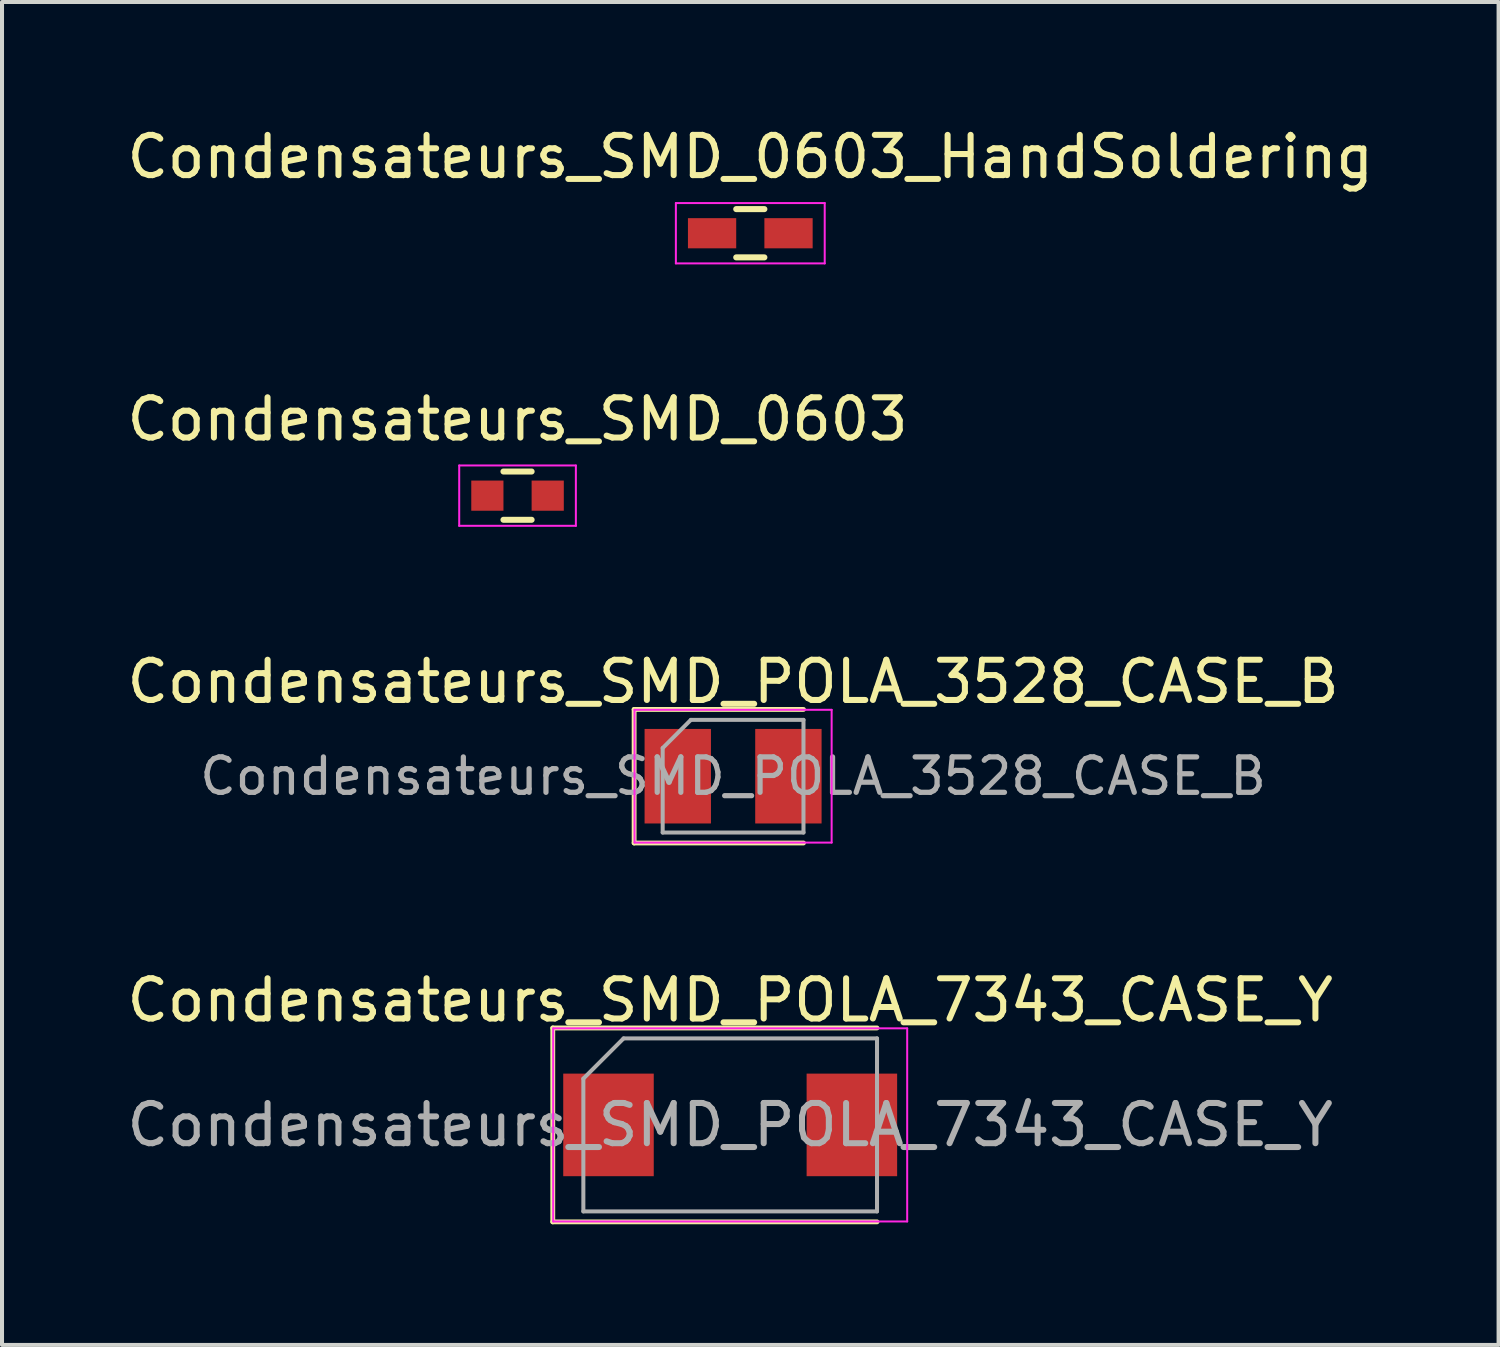
<source format=kicad_pcb>
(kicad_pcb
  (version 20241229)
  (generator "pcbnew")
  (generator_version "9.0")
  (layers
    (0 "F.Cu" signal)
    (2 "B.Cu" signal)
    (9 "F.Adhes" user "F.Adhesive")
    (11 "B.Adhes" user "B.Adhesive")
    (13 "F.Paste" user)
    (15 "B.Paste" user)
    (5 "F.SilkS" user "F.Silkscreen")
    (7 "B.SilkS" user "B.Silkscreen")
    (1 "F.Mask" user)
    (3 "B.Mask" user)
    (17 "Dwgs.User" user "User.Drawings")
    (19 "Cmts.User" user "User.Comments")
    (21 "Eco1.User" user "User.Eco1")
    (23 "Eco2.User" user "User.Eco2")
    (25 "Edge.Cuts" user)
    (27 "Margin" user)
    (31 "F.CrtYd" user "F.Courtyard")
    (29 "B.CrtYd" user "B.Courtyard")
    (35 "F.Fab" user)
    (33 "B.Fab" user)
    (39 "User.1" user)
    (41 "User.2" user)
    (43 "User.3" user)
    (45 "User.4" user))
  (footprint "Condensateurs_SMD_0603"
    (layer "F.Cu")
    (at 9.815 9.271)
    (property "Reference" "Condensateurs_SMD_0603" (at 0 -1.9 0) (layer "F.SilkS") (effects (font (size 1 1) (thickness 0.15))))
    (attr smd)
    (fp_line (start -0.35 -0.6) (end 0.35 -0.6) (stroke (width 0.15) (type solid)) (layer "F.SilkS"))
    (fp_line (start 0.35 0.6) (end -0.35 0.6) (stroke (width 0.15) (type solid)) (layer "F.SilkS"))
    (fp_line (start -1.45 -0.75) (end -1.45 0.75) (stroke (width 0.05) (type solid)) (layer "F.CrtYd"))
    (fp_line (start -1.45 -0.75) (end 1.45 -0.75) (stroke (width 0.05) (type solid)) (layer "F.CrtYd"))
    (fp_line (start -1.45 0.75) (end 1.45 0.75) (stroke (width 0.05) (type solid)) (layer "F.CrtYd"))
    (fp_line (start 1.45 -0.75) (end 1.45 0.75) (stroke (width 0.05) (type solid)) (layer "F.CrtYd"))
    (pad "1" smd rect (at -0.75 0) (size 0.8 0.75) (layers "F.Cu" "F.Mask" "F.Paste"))
    (pad "2" smd rect (at 0.75 0) (size 0.8 0.75) (layers "F.Cu" "F.Mask" "F.Paste")))
  (footprint "Condensateurs_SMD_0603_HandSoldering"
    (layer "F.Cu")
    (at 15.601 2.748)
    (property "Reference" "Condensateurs_SMD_0603_HandSoldering" (at 0 -1.9 0) (layer "F.SilkS") (effects (font (size 1 1) (thickness 0.15))))
    (attr smd)
    (fp_line (start -0.35 -0.6) (end 0.35 -0.6) (stroke (width 0.15) (type solid)) (layer "F.SilkS"))
    (fp_line (start 0.35 0.6) (end -0.35 0.6) (stroke (width 0.15) (type solid)) (layer "F.SilkS"))
    (fp_line (start -1.85 -0.75) (end -1.85 0.75) (stroke (width 0.05) (type solid)) (layer "F.CrtYd"))
    (fp_line (start -1.85 -0.75) (end 1.85 -0.75) (stroke (width 0.05) (type solid)) (layer "F.CrtYd"))
    (fp_line (start -1.85 0.75) (end 1.85 0.75) (stroke (width 0.05) (type solid)) (layer "F.CrtYd"))
    (fp_line (start 1.85 -0.75) (end 1.85 0.75) (stroke (width 0.05) (type solid)) (layer "F.CrtYd"))
    (pad "1" smd rect (at -0.95 0) (size 1.2 0.75) (layers "F.Cu" "F.Mask" "F.Paste"))
    (pad "2" smd rect (at 0.95 0) (size 1.2 0.75) (layers "F.Cu" "F.Mask" "F.Paste")))
  (footprint "Condensateurs_SMD_POLA_3528_CASE_B"
    (layer "F.Cu")
    (at 15.173 16.245)
    (property "Reference" "Condensateurs_SMD_POLA_3528_CASE_B" (at 0 -2.35 0) (layer "F.SilkS") (effects (font (size 1 1) (thickness 0.15))))
    (attr smd)
    (fp_line (start -2.46 -1.66) (end -2.46 1.66) (stroke (width 0.12) (type solid)) (layer "F.SilkS"))
    (fp_line (start -2.46 1.66) (end 1.75 1.66) (stroke (width 0.12) (type solid)) (layer "F.SilkS"))
    (fp_line (start 1.75 -1.66) (end -2.46 -1.66) (stroke (width 0.12) (type solid)) (layer "F.SilkS"))
    (fp_line (start -2.45 -1.65) (end 2.45 -1.65) (stroke (width 0.05) (type solid)) (layer "F.CrtYd"))
    (fp_line (start -2.45 1.65) (end -2.45 -1.65) (stroke (width 0.05) (type solid)) (layer "F.CrtYd"))
    (fp_line (start 2.45 -1.65) (end 2.45 1.65) (stroke (width 0.05) (type solid)) (layer "F.CrtYd"))
    (fp_line (start 2.45 1.65) (end -2.45 1.65) (stroke (width 0.05) (type solid)) (layer "F.CrtYd"))
    (fp_line (start -1.75 -0.7) (end -1.75 1.4) (stroke (width 0.1) (type solid)) (layer "F.Fab"))
    (fp_line (start -1.75 1.4) (end 1.75 1.4) (stroke (width 0.1) (type solid)) (layer "F.Fab"))
    (fp_line (start -1.05 -1.4) (end -1.75 -0.7) (stroke (width 0.1) (type solid)) (layer "F.Fab"))
    (fp_line (start 1.75 -1.4) (end -1.05 -1.4) (stroke (width 0.1) (type solid)) (layer "F.Fab"))
    (fp_line (start 1.75 1.4) (end 1.75 -1.4) (stroke (width 0.1) (type solid)) (layer "F.Fab"))
    (fp_text user "${REFERENCE}" (at 0 0 0) (layer "F.Fab") (effects (font (size 0.88 0.88) (thickness 0.13))))
    (pad "1" smd rect (at -1.375 0) (size 1.65 2.35) (layers "F.Cu" "F.Mask" "F.Paste"))
    (pad "2" smd rect (at 1.375 0) (size 1.65 2.35) (layers "F.Cu" "F.Mask" "F.Paste")))
  (footprint "Condensateurs_SMD_POLA_7343_CASE_Y"
    (layer "F.Cu")
    (at 15.101 24.913)
    (property "Reference" "Condensateurs_SMD_POLA_7343_CASE_Y" (at 0 -3.1 0) (layer "F.SilkS") (effects (font (size 1 1) (thickness 0.15))))
    (attr smd)
    (fp_line (start -4.41 -2.41) (end -4.41 2.41) (stroke (width 0.12) (type solid)) (layer "F.SilkS"))
    (fp_line (start -4.41 2.41) (end 3.65 2.41) (stroke (width 0.12) (type solid)) (layer "F.SilkS"))
    (fp_line (start 3.65 -2.41) (end -4.41 -2.41) (stroke (width 0.12) (type solid)) (layer "F.SilkS"))
    (fp_line (start -4.4 -2.4) (end 4.4 -2.4) (stroke (width 0.05) (type solid)) (layer "F.CrtYd"))
    (fp_line (start -4.4 2.4) (end -4.4 -2.4) (stroke (width 0.05) (type solid)) (layer "F.CrtYd"))
    (fp_line (start 4.4 -2.4) (end 4.4 2.4) (stroke (width 0.05) (type solid)) (layer "F.CrtYd"))
    (fp_line (start 4.4 2.4) (end -4.4 2.4) (stroke (width 0.05) (type solid)) (layer "F.CrtYd"))
    (fp_line (start -3.65 -1.15) (end -3.65 2.15) (stroke (width 0.1) (type solid)) (layer "F.Fab"))
    (fp_line (start -3.65 2.15) (end 3.65 2.15) (stroke (width 0.1) (type solid)) (layer "F.Fab"))
    (fp_line (start -2.65 -2.15) (end -3.65 -1.15) (stroke (width 0.1) (type solid)) (layer "F.Fab"))
    (fp_line (start 3.65 -2.15) (end -2.65 -2.15) (stroke (width 0.1) (type solid)) (layer "F.Fab"))
    (fp_line (start 3.65 2.15) (end 3.65 -2.15) (stroke (width 0.1) (type solid)) (layer "F.Fab"))
    (fp_text user "${REFERENCE}" (at 0 0 0) (layer "F.Fab") (effects (font (size 1 1) (thickness 0.15))))
    (pad "1" smd rect (at -3.025 0) (size 2.25 2.55) (layers "F.Cu" "F.Mask" "F.Paste"))
    (pad "2" smd rect (at 3.025 0) (size 2.25 2.55) (layers "F.Cu" "F.Mask" "F.Paste")))
  (gr_rect
    (start -3 -3)
    (end 34.202 30.383)
    (stroke (width 0.1) (type default))
    (fill no)
    (layer "Edge.Cuts")))
</source>
